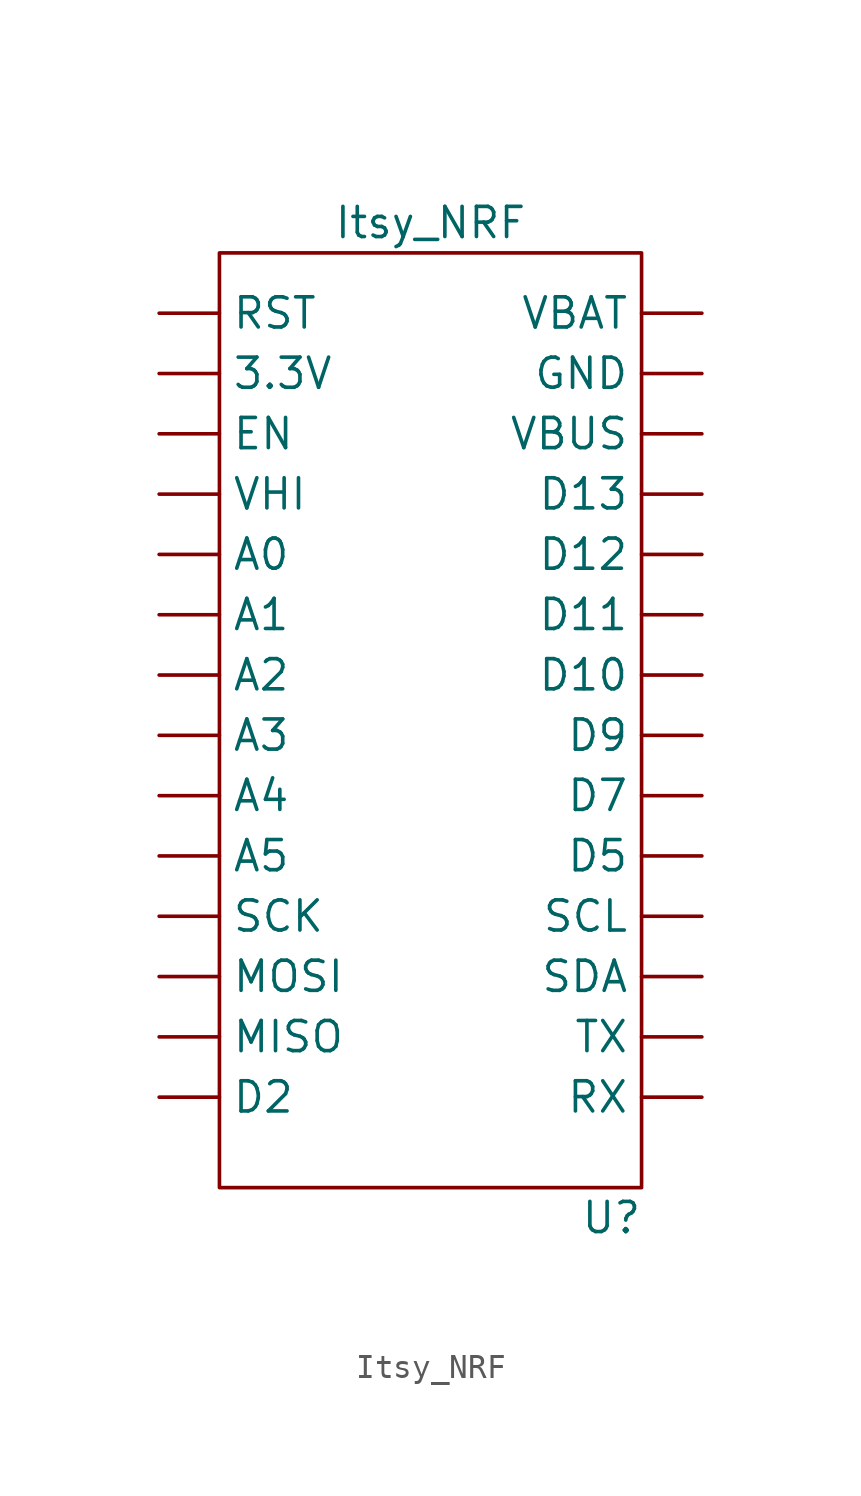
<source format=kicad_sym>
(kicad_symbol_lib
  (version 20211014)
  (generator kicad_symbol_editor)
  (symbol "Itsy_NRF"
    (property "Reference" "U"
      (at 11.43 -1.27 0)
      (effects (font (size 1.27 1.27))))
    (property "Value" "Itsy_NRF"
      (at 3.81 40.64 0)
      (effects (font (size 1.27 1.27))))
    (symbol "Itsy_NRF_0_0"
      (pin power_in line (at -7.62 34.29 0) (length 2.54) (name "3.3V" (effects (font (size 1.27 1.27)))) (number "" (effects (font (size 1.27 1.27)))))
      (pin bidirectional line (at -7.62 26.67 0) (length 2.54) (name "A0" (effects (font (size 1.27 1.27)))) (number "" (effects (font (size 1.27 1.27)))))
      (pin bidirectional line (at -7.62 24.13 0) (length 2.54) (name "A1" (effects (font (size 1.27 1.27)))) (number "" (effects (font (size 1.27 1.27)))))
      (pin unspecified line (at -7.62 21.59 0) (length 2.54) (name "A2" (effects (font (size 1.27 1.27)))) (number "" (effects (font (size 1.27 1.27)))))
      (pin unspecified line (at -7.62 19.05 0) (length 2.54) (name "A3" (effects (font (size 1.27 1.27)))) (number "" (effects (font (size 1.27 1.27)))))
      (pin unspecified line (at -7.62 16.51 0) (length 2.54) (name "A4" (effects (font (size 1.27 1.27)))) (number "" (effects (font (size 1.27 1.27)))))
      (pin unspecified line (at -7.62 13.97 0) (length 2.54) (name "A5" (effects (font (size 1.27 1.27)))) (number "" (effects (font (size 1.27 1.27)))))
      (pin bidirectional line (at 15.24 21.59 180) (length 2.54) (name "D10" (effects (font (size 1.27 1.27)))) (number "" (effects (font (size 1.27 1.27)))))
      (pin bidirectional line (at 15.24 24.13 180) (length 2.54) (name "D11" (effects (font (size 1.27 1.27)))) (number "" (effects (font (size 1.27 1.27)))))
      (pin bidirectional line (at 15.24 26.67 180) (length 2.54) (name "D12" (effects (font (size 1.27 1.27)))) (number "" (effects (font (size 1.27 1.27)))))
      (pin bidirectional line (at 15.24 29.21 180) (length 2.54) (name "D13" (effects (font (size 1.27 1.27)))) (number "" (effects (font (size 1.27 1.27)))))
      (pin unspecified line (at -7.62 3.81 0) (length 2.54) (name "D2" (effects (font (size 1.27 1.27)))) (number "" (effects (font (size 1.27 1.27)))))
      (pin bidirectional line (at 15.24 13.97 180) (length 2.54) (name "D5" (effects (font (size 1.27 1.27)))) (number "" (effects (font (size 1.27 1.27)))))
      (pin bidirectional line (at 15.24 16.51 180) (length 2.54) (name "D7" (effects (font (size 1.27 1.27)))) (number "" (effects (font (size 1.27 1.27)))))
      (pin bidirectional line (at 15.24 19.05 180) (length 2.54) (name "D9" (effects (font (size 1.27 1.27)))) (number "" (effects (font (size 1.27 1.27)))))
      (pin input line (at -7.62 31.75 0) (length 2.54) (name "EN" (effects (font (size 1.27 1.27)))) (number "" (effects (font (size 1.27 1.27)))))
      (pin power_in line (at 15.24 34.29 180) (length 2.54) (name "GND" (effects (font (size 1.27 1.27)))) (number "" (effects (font (size 1.27 1.27)))))
      (pin bidirectional line (at -7.62 6.35 0) (length 2.54) (name "MISO" (effects (font (size 1.27 1.27)))) (number "" (effects (font (size 1.27 1.27)))))
      (pin bidirectional line (at -7.62 8.89 0) (length 2.54) (name "MOSI" (effects (font (size 1.27 1.27)))) (number "" (effects (font (size 1.27 1.27)))))
      (pin input line (at -7.62 36.83 0) (length 2.54) (name "RST" (effects (font (size 1.27 1.27)))) (number "" (effects (font (size 1.27 1.27)))))
      (pin bidirectional line (at 15.24 3.81 180) (length 2.54) (name "RX" (effects (font (size 1.27 1.27)))) (number "" (effects (font (size 1.27 1.27)))))
      (pin bidirectional line (at -7.62 11.43 0) (length 2.54) (name "SCK" (effects (font (size 1.27 1.27)))) (number "" (effects (font (size 1.27 1.27)))))
      (pin bidirectional line (at 15.24 11.43 180) (length 2.54) (name "SCL" (effects (font (size 1.27 1.27)))) (number "" (effects (font (size 1.27 1.27)))))
      (pin bidirectional line (at 15.24 8.89 180) (length 2.54) (name "SDA" (effects (font (size 1.27 1.27)))) (number "" (effects (font (size 1.27 1.27)))))
      (pin bidirectional line (at 15.24 6.35 180) (length 2.54) (name "TX" (effects (font (size 1.27 1.27)))) (number "" (effects (font (size 1.27 1.27)))))
      (pin power_in line (at 15.24 36.83 180) (length 2.54) (name "VBAT" (effects (font (size 1.27 1.27)))) (number "" (effects (font (size 1.27 1.27)))))
      (pin power_in line (at 15.24 31.75 180) (length 2.54) (name "VBUS" (effects (font (size 1.27 1.27)))) (number "" (effects (font (size 1.27 1.27)))))
      (pin power_out line (at -7.62 29.21 0) (length 2.54) (name "VHI" (effects (font (size 1.27 1.27)))) (number "" (effects (font (size 1.27 1.27))))))
    (symbol "Itsy_NRF_0_1"
      (rectangle (start -5.08 39.37) (end 12.7 0) (stroke (width 0) (type default) (color 0 0 0 0)) (fill (type none))))))
</source>
